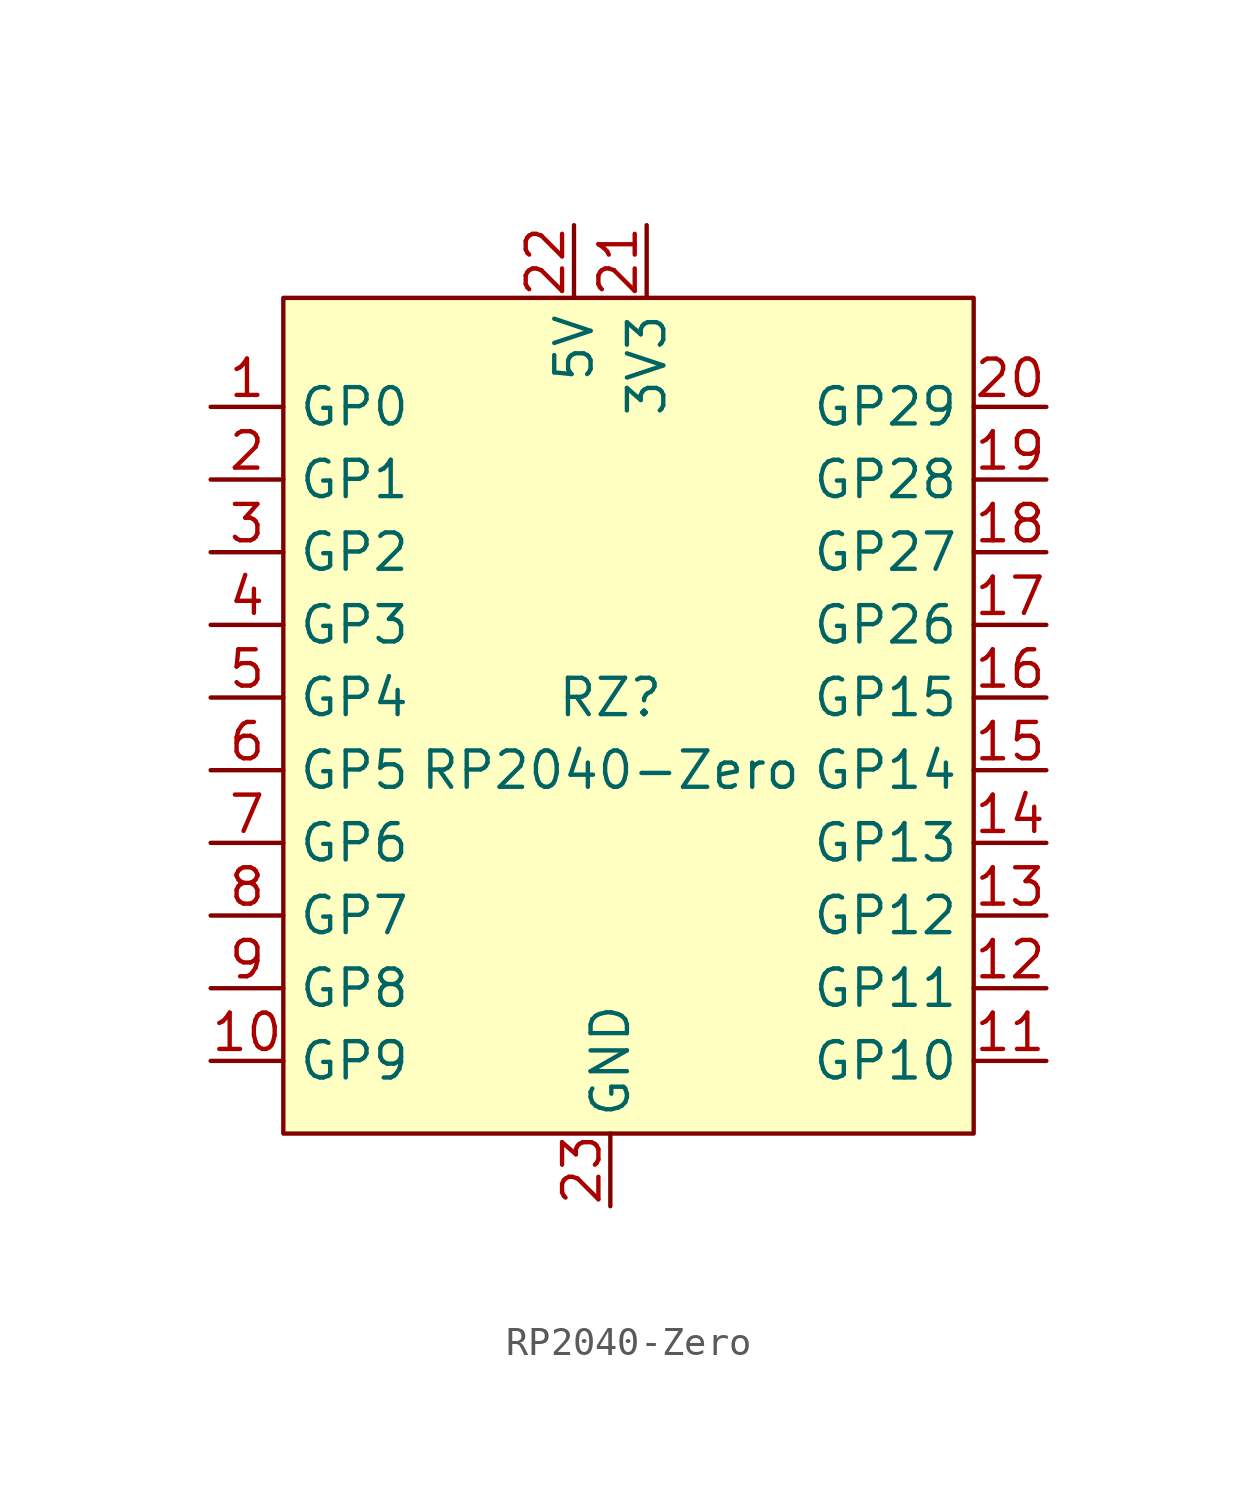
<source format=kicad_sym>
(kicad_symbol_lib
  (version 20211014)
  (generator kicad_symbol_editor)
  (symbol "RP2040-Zero"
    (property "Reference" "RZ"
      (at 0 0 0)
      (effects (font (size 1.27 1.27))))
    (property "Value" "RP2040-Zero"
      (at 0 -2.54 0)
      (effects (font (size 1.27 1.27))))
    (symbol "RP2040-Zero_0_1"
      (rectangle (start -11.43 -15.24) (end 12.7 13.97) (stroke (width 0) (type default) (color 0 0 0 0)) (fill (type background))))
    (symbol "RP2040-Zero_1_1"
      (pin bidirectional line (at -13.97 10.16 0) (length 2.54) (name "GP0" (effects (font (size 1.27 1.27)))) (number "1" (effects (font (size 1.27 1.27)))))
      (pin bidirectional line (at -13.97 -12.7 0) (length 2.54) (name "GP9" (effects (font (size 1.27 1.27)))) (number "10" (effects (font (size 1.27 1.27)))))
      (pin bidirectional line (at 15.24 -12.7 180) (length 2.54) (name "GP10" (effects (font (size 1.27 1.27)))) (number "11" (effects (font (size 1.27 1.27)))))
      (pin bidirectional line (at 15.24 -10.16 180) (length 2.54) (name "GP11" (effects (font (size 1.27 1.27)))) (number "12" (effects (font (size 1.27 1.27)))))
      (pin bidirectional line (at 15.24 -7.62 180) (length 2.54) (name "GP12" (effects (font (size 1.27 1.27)))) (number "13" (effects (font (size 1.27 1.27)))))
      (pin bidirectional line (at 15.24 -5.08 180) (length 2.54) (name "GP13" (effects (font (size 1.27 1.27)))) (number "14" (effects (font (size 1.27 1.27)))))
      (pin bidirectional line (at 15.24 -2.54 180) (length 2.54) (name "GP14" (effects (font (size 1.27 1.27)))) (number "15" (effects (font (size 1.27 1.27)))))
      (pin bidirectional line (at 15.24 0 180) (length 2.54) (name "GP15" (effects (font (size 1.27 1.27)))) (number "16" (effects (font (size 1.27 1.27)))))
      (pin bidirectional line (at 15.24 2.54 180) (length 2.54) (name "GP26" (effects (font (size 1.27 1.27)))) (number "17" (effects (font (size 1.27 1.27)))))
      (pin bidirectional line (at 15.24 5.08 180) (length 2.54) (name "GP27" (effects (font (size 1.27 1.27)))) (number "18" (effects (font (size 1.27 1.27)))))
      (pin bidirectional line (at 15.24 7.62 180) (length 2.54) (name "GP28" (effects (font (size 1.27 1.27)))) (number "19" (effects (font (size 1.27 1.27)))))
      (pin bidirectional line (at -13.97 7.62 0) (length 2.54) (name "GP1" (effects (font (size 1.27 1.27)))) (number "2" (effects (font (size 1.27 1.27)))))
      (pin bidirectional line (at 15.24 10.16 180) (length 2.54) (name "GP29" (effects (font (size 1.27 1.27)))) (number "20" (effects (font (size 1.27 1.27)))))
      (pin power_in line (at 1.27 16.51 270) (length 2.54) (name "3V3" (effects (font (size 1.27 1.27)))) (number "21" (effects (font (size 1.27 1.27)))))
      (pin power_in line (at -1.27 16.51 270) (length 2.54) (name "5V" (effects (font (size 1.27 1.27)))) (number "22" (effects (font (size 1.27 1.27)))))
      (pin power_in line (at 0 -17.78 90) (length 2.54) (name "GND" (effects (font (size 1.27 1.27)))) (number "23" (effects (font (size 1.27 1.27)))))
      (pin bidirectional line (at -13.97 5.08 0) (length 2.54) (name "GP2" (effects (font (size 1.27 1.27)))) (number "3" (effects (font (size 1.27 1.27)))))
      (pin bidirectional line (at -13.97 2.54 0) (length 2.54) (name "GP3" (effects (font (size 1.27 1.27)))) (number "4" (effects (font (size 1.27 1.27)))))
      (pin bidirectional line (at -13.97 0 0) (length 2.54) (name "GP4" (effects (font (size 1.27 1.27)))) (number "5" (effects (font (size 1.27 1.27)))))
      (pin bidirectional line (at -13.97 -2.54 0) (length 2.54) (name "GP5" (effects (font (size 1.27 1.27)))) (number "6" (effects (font (size 1.27 1.27)))))
      (pin bidirectional line (at -13.97 -5.08 0) (length 2.54) (name "GP6" (effects (font (size 1.27 1.27)))) (number "7" (effects (font (size 1.27 1.27)))))
      (pin bidirectional line (at -13.97 -7.62 0) (length 2.54) (name "GP7" (effects (font (size 1.27 1.27)))) (number "8" (effects (font (size 1.27 1.27)))))
      (pin bidirectional line (at -13.97 -10.16 0) (length 2.54) (name "GP8" (effects (font (size 1.27 1.27)))) (number "9" (effects (font (size 1.27 1.27))))))))
</source>
